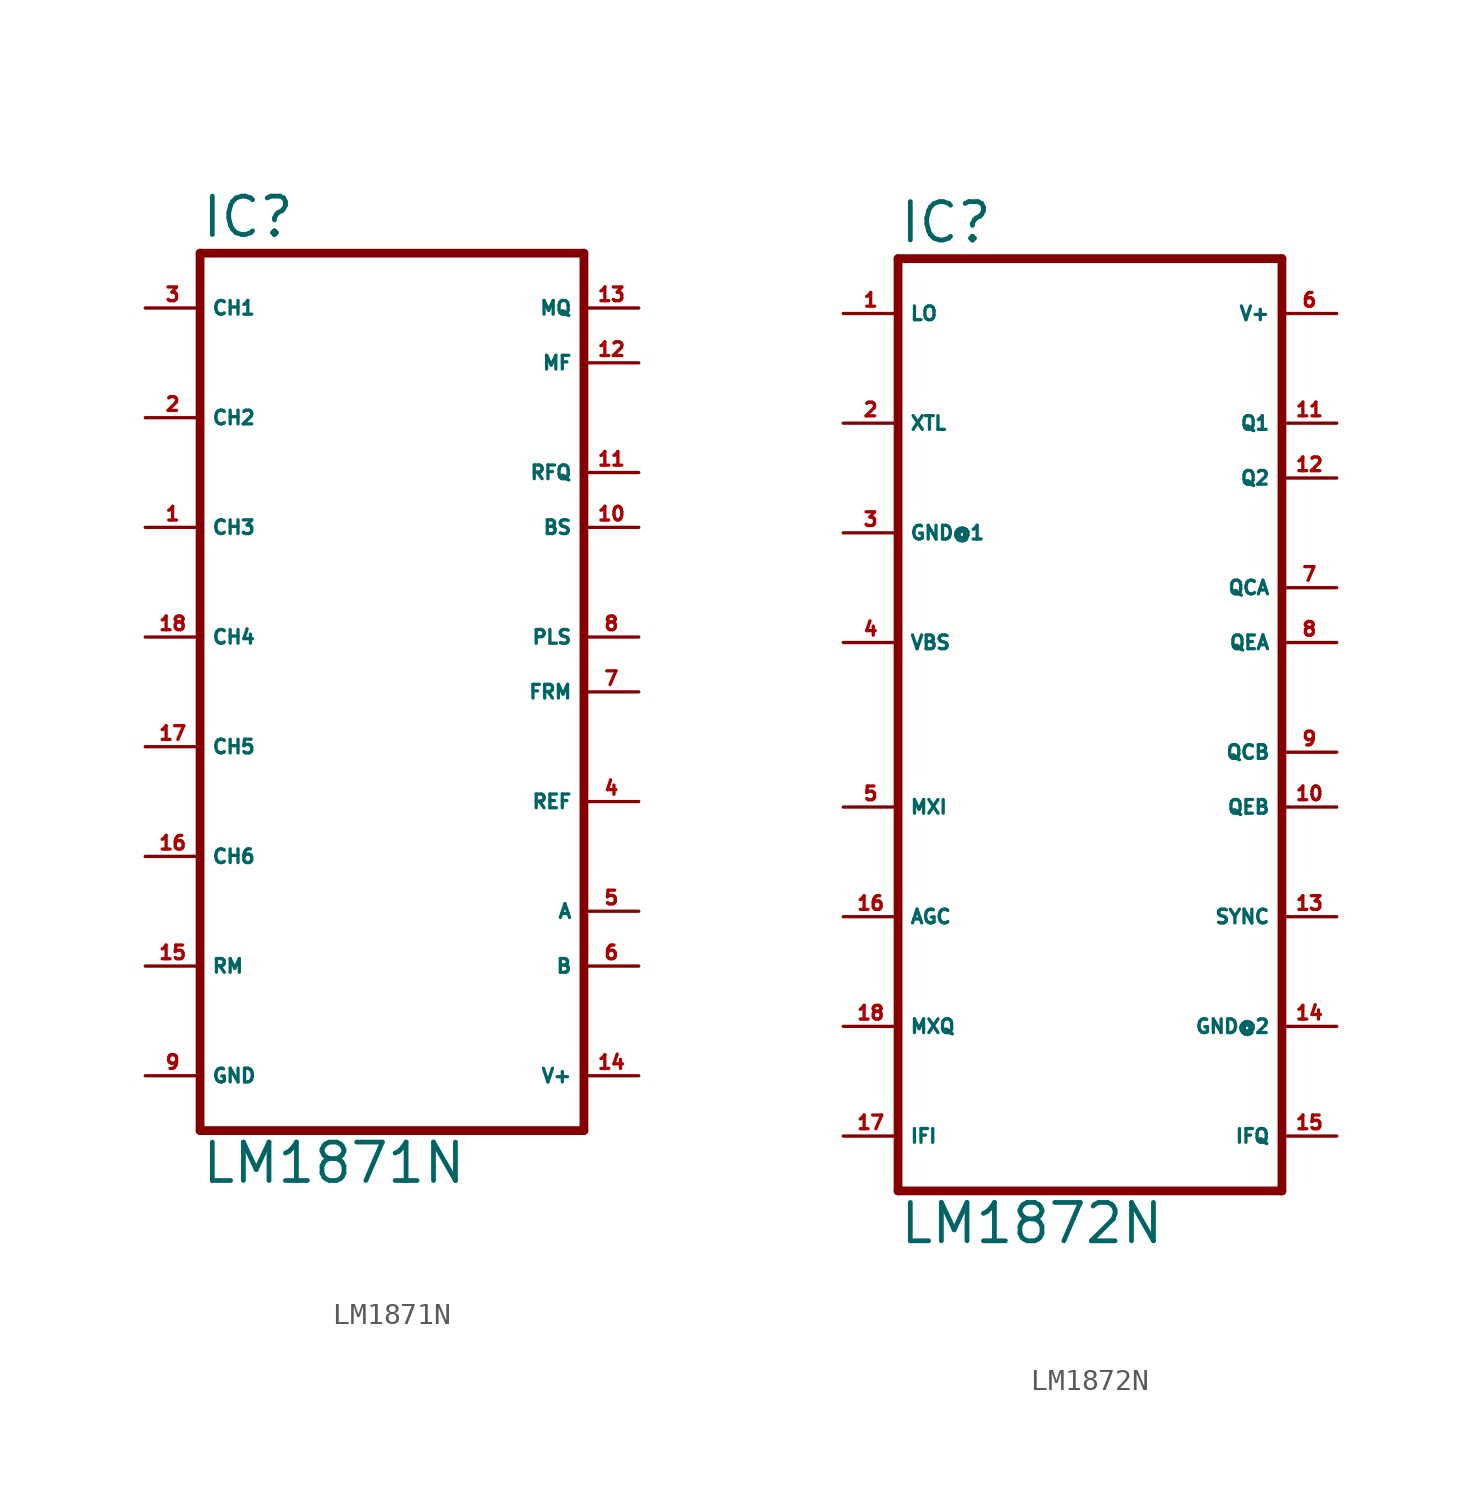
<source format=kicad_sym>
(kicad_symbol_lib
  (version 20220914)
  (generator Eagle2Kicad)
  (symbol "LM1871N"
    (property "Reference" "IC"
      (at -10.16 20.955 0)
      (effects (font (size 1.778 1.778) (thickness 0.22)) (justify left bottom)))
    (property "Value" "LM1871N"
      (at -10.16 -22.86 0)
      (effects (font (size 1.778 1.778) (thickness 0.22)) (justify left bottom)))
    (polyline
      (pts (xy -10.16 -20.32) (xy 7.62 -20.32))
      (stroke (width 0.406) (type default))
      (fill (type none)))
    (polyline
      (pts (xy 7.62 -20.32) (xy 7.62 20.32))
      (stroke (width 0.406) (type default))
      (fill (type none)))
    (polyline
      (pts (xy 7.62 20.32) (xy -10.16 20.32))
      (stroke (width 0.406) (type default))
      (fill (type none)))
    (polyline
      (pts (xy -10.16 20.32) (xy -10.16 -20.32))
      (stroke (width 0.406) (type default))
      (fill (type none)))
    (pin output line
      (at -12.7 12.7 0)
      (length 2.54)
      (name "CH2" (effects (font (size 0.635 0.635) (thickness 0.08)) (justify left bottom)))
      (number "2" (effects (font (size 0.635 0.635) (thickness 0.08)) (justify left bottom))))
    (pin output line
      (at -12.7 2.54 0)
      (length 2.54)
      (name "CH4" (effects (font (size 0.635 0.635) (thickness 0.08)) (justify left bottom)))
      (number "18" (effects (font (size 0.635 0.635) (thickness 0.08)) (justify left bottom))))
    (pin output line
      (at 10.16 17.78 180)
      (length 2.54)
      (name "MQ" (effects (font (size 0.635 0.635) (thickness 0.08)) (justify left bottom)))
      (number "13" (effects (font (size 0.635 0.635) (thickness 0.08)) (justify left bottom))))
    (pin output line
      (at -12.7 7.62 0)
      (length 2.54)
      (name "CH3" (effects (font (size 0.635 0.635) (thickness 0.08)) (justify left bottom)))
      (number "1" (effects (font (size 0.635 0.635) (thickness 0.08)) (justify left bottom))))
    (pin output line
      (at -12.7 17.78 0)
      (length 2.54)
      (name "CH1" (effects (font (size 0.635 0.635) (thickness 0.08)) (justify left bottom)))
      (number "3" (effects (font (size 0.635 0.635) (thickness 0.08)) (justify left bottom))))
    (pin output line
      (at -12.7 -2.54 0)
      (length 2.54)
      (name "CH5" (effects (font (size 0.635 0.635) (thickness 0.08)) (justify left bottom)))
      (number "17" (effects (font (size 0.635 0.635) (thickness 0.08)) (justify left bottom))))
    (pin output line
      (at -12.7 -7.62 0)
      (length 2.54)
      (name "CH6" (effects (font (size 0.635 0.635) (thickness 0.08)) (justify left bottom)))
      (number "16" (effects (font (size 0.635 0.635) (thickness 0.08)) (justify left bottom))))
    (pin input line
      (at 10.16 15.24 180)
      (length 2.54)
      (name "MF" (effects (font (size 0.635 0.635) (thickness 0.08)) (justify left bottom)))
      (number "12" (effects (font (size 0.635 0.635) (thickness 0.08)) (justify left bottom))))
    (pin output line
      (at 10.16 10.16 180)
      (length 2.54)
      (name "RFQ" (effects (font (size 0.635 0.635) (thickness 0.08)) (justify left bottom)))
      (number "11" (effects (font (size 0.635 0.635) (thickness 0.08)) (justify left bottom))))
    (pin input line
      (at 10.16 7.62 180)
      (length 2.54)
      (name "BS" (effects (font (size 0.635 0.635) (thickness 0.08)) (justify left bottom)))
      (number "10" (effects (font (size 0.635 0.635) (thickness 0.08)) (justify left bottom))))
    (pin input line
      (at 10.16 2.54 180)
      (length 2.54)
      (name "PLS" (effects (font (size 0.635 0.635) (thickness 0.08)) (justify left bottom)))
      (number "8" (effects (font (size 0.635 0.635) (thickness 0.08)) (justify left bottom))))
    (pin input line
      (at 10.16 0 180)
      (length 2.54)
      (name "FRM" (effects (font (size 0.635 0.635) (thickness 0.08)) (justify left bottom)))
      (number "7" (effects (font (size 0.635 0.635) (thickness 0.08)) (justify left bottom))))
    (pin output line
      (at 10.16 -5.08 180)
      (length 2.54)
      (name "REF" (effects (font (size 0.635 0.635) (thickness 0.08)) (justify left bottom)))
      (number "4" (effects (font (size 0.635 0.635) (thickness 0.08)) (justify left bottom))))
    (pin input line
      (at 10.16 -10.16 180)
      (length 2.54)
      (name "A" (effects (font (size 0.635 0.635) (thickness 0.08)) (justify left bottom)))
      (number "5" (effects (font (size 0.635 0.635) (thickness 0.08)) (justify left bottom))))
    (pin input line
      (at 10.16 -12.7 180)
      (length 2.54)
      (name "B" (effects (font (size 0.635 0.635) (thickness 0.08)) (justify left bottom)))
      (number "6" (effects (font (size 0.635 0.635) (thickness 0.08)) (justify left bottom))))
    (pin input line
      (at -12.7 -12.7 0)
      (length 2.54)
      (name "RM" (effects (font (size 0.635 0.635) (thickness 0.08)) (justify left bottom)))
      (number "15" (effects (font (size 0.635 0.635) (thickness 0.08)) (justify left bottom))))
    (pin unspecified line
      (at 10.16 -17.78 180)
      (length 2.54)
      (name "V+" (effects (font (size 0.635 0.635) (thickness 0.08)) (justify left bottom)))
      (number "14" (effects (font (size 0.635 0.635) (thickness 0.08)) (justify left bottom))))
    (pin unspecified line
      (at -12.7 -17.78 0)
      (length 2.54)
      (name "GND" (effects (font (size 0.635 0.635) (thickness 0.08)) (justify left bottom)))
      (number "9" (effects (font (size 0.635 0.635) (thickness 0.08)) (justify left bottom)))))
  (symbol "LM1872N"
    (property "Reference" "IC"
      (at -10.16 20.955 0)
      (effects (font (size 1.778 1.778) (thickness 0.22)) (justify left bottom)))
    (property "Value" "LM1872N"
      (at -10.16 -25.4 0)
      (effects (font (size 1.778 1.778) (thickness 0.22)) (justify left bottom)))
    (polyline
      (pts (xy -10.16 -22.86) (xy 7.62 -22.86))
      (stroke (width 0.406) (type default))
      (fill (type none)))
    (polyline
      (pts (xy 7.62 -22.86) (xy 7.62 20.32))
      (stroke (width 0.406) (type default))
      (fill (type none)))
    (polyline
      (pts (xy 7.62 20.32) (xy -10.16 20.32))
      (stroke (width 0.406) (type default))
      (fill (type none)))
    (polyline
      (pts (xy -10.16 20.32) (xy -10.16 -22.86))
      (stroke (width 0.406) (type default))
      (fill (type none)))
    (pin input line
      (at -12.7 12.7 0)
      (length 2.54)
      (name "XTL" (effects (font (size 0.635 0.635) (thickness 0.08)) (justify left bottom)))
      (number "2" (effects (font (size 0.635 0.635) (thickness 0.08)) (justify left bottom))))
    (pin input line
      (at -12.7 -5.08 0)
      (length 2.54)
      (name "MXI" (effects (font (size 0.635 0.635) (thickness 0.08)) (justify left bottom)))
      (number "5" (effects (font (size 0.635 0.635) (thickness 0.08)) (justify left bottom))))
    (pin output line
      (at 10.16 12.7 180)
      (length 2.54)
      (name "Q1" (effects (font (size 0.635 0.635) (thickness 0.08)) (justify left bottom)))
      (number "11" (effects (font (size 0.635 0.635) (thickness 0.08)) (justify left bottom))))
    (pin input line
      (at -12.7 2.54 0)
      (length 2.54)
      (name "VBS" (effects (font (size 0.635 0.635) (thickness 0.08)) (justify left bottom)))
      (number "4" (effects (font (size 0.635 0.635) (thickness 0.08)) (justify left bottom))))
    (pin input line
      (at -12.7 17.78 0)
      (length 2.54)
      (name "LO" (effects (font (size 0.635 0.635) (thickness 0.08)) (justify left bottom)))
      (number "1" (effects (font (size 0.635 0.635) (thickness 0.08)) (justify left bottom))))
    (pin output line
      (at -12.7 -15.24 0)
      (length 2.54)
      (name "MXQ" (effects (font (size 0.635 0.635) (thickness 0.08)) (justify left bottom)))
      (number "18" (effects (font (size 0.635 0.635) (thickness 0.08)) (justify left bottom))))
    (pin input line
      (at -12.7 -20.32 0)
      (length 2.54)
      (name "IFI" (effects (font (size 0.635 0.635) (thickness 0.08)) (justify left bottom)))
      (number "17" (effects (font (size 0.635 0.635) (thickness 0.08)) (justify left bottom))))
    (pin output line
      (at 10.16 10.16 180)
      (length 2.54)
      (name "Q2" (effects (font (size 0.635 0.635) (thickness 0.08)) (justify left bottom)))
      (number "12" (effects (font (size 0.635 0.635) (thickness 0.08)) (justify left bottom))))
    (pin output line
      (at 10.16 5.08 180)
      (length 2.54)
      (name "QCA" (effects (font (size 0.635 0.635) (thickness 0.08)) (justify left bottom)))
      (number "7" (effects (font (size 0.635 0.635) (thickness 0.08)) (justify left bottom))))
    (pin output line
      (at 10.16 2.54 180)
      (length 2.54)
      (name "QEA" (effects (font (size 0.635 0.635) (thickness 0.08)) (justify left bottom)))
      (number "8" (effects (font (size 0.635 0.635) (thickness 0.08)) (justify left bottom))))
    (pin output line
      (at 10.16 -2.54 180)
      (length 2.54)
      (name "QCB" (effects (font (size 0.635 0.635) (thickness 0.08)) (justify left bottom)))
      (number "9" (effects (font (size 0.635 0.635) (thickness 0.08)) (justify left bottom))))
    (pin output line
      (at 10.16 -5.08 180)
      (length 2.54)
      (name "QEB" (effects (font (size 0.635 0.635) (thickness 0.08)) (justify left bottom)))
      (number "10" (effects (font (size 0.635 0.635) (thickness 0.08)) (justify left bottom))))
    (pin input line
      (at -12.7 7.62 0)
      (length 2.54)
      (name "GND@1" (effects (font (size 0.635 0.635) (thickness 0.08)) (justify left bottom)))
      (number "3" (effects (font (size 0.635 0.635) (thickness 0.08)) (justify left bottom))))
    (pin input line
      (at 10.16 -15.24 180)
      (length 2.54)
      (name "GND@2" (effects (font (size 0.635 0.635) (thickness 0.08)) (justify left bottom)))
      (number "14" (effects (font (size 0.635 0.635) (thickness 0.08)) (justify left bottom))))
    (pin input line
      (at 10.16 17.78 180)
      (length 2.54)
      (name "V+" (effects (font (size 0.635 0.635) (thickness 0.08)) (justify left bottom)))
      (number "6" (effects (font (size 0.635 0.635) (thickness 0.08)) (justify left bottom))))
    (pin input line
      (at 10.16 -10.16 180)
      (length 2.54)
      (name "SYNC" (effects (font (size 0.635 0.635) (thickness 0.08)) (justify left bottom)))
      (number "13" (effects (font (size 0.635 0.635) (thickness 0.08)) (justify left bottom))))
    (pin passive line
      (at -12.7 -10.16 0)
      (length 2.54)
      (name "AGC" (effects (font (size 0.635 0.635) (thickness 0.08)) (justify left bottom)))
      (number "16" (effects (font (size 0.635 0.635) (thickness 0.08)) (justify left bottom))))
    (pin output line
      (at 10.16 -20.32 180)
      (length 2.54)
      (name "IFQ" (effects (font (size 0.635 0.635) (thickness 0.08)) (justify left bottom)))
      (number "15" (effects (font (size 0.635 0.635) (thickness 0.08)) (justify left bottom))))))
</source>
